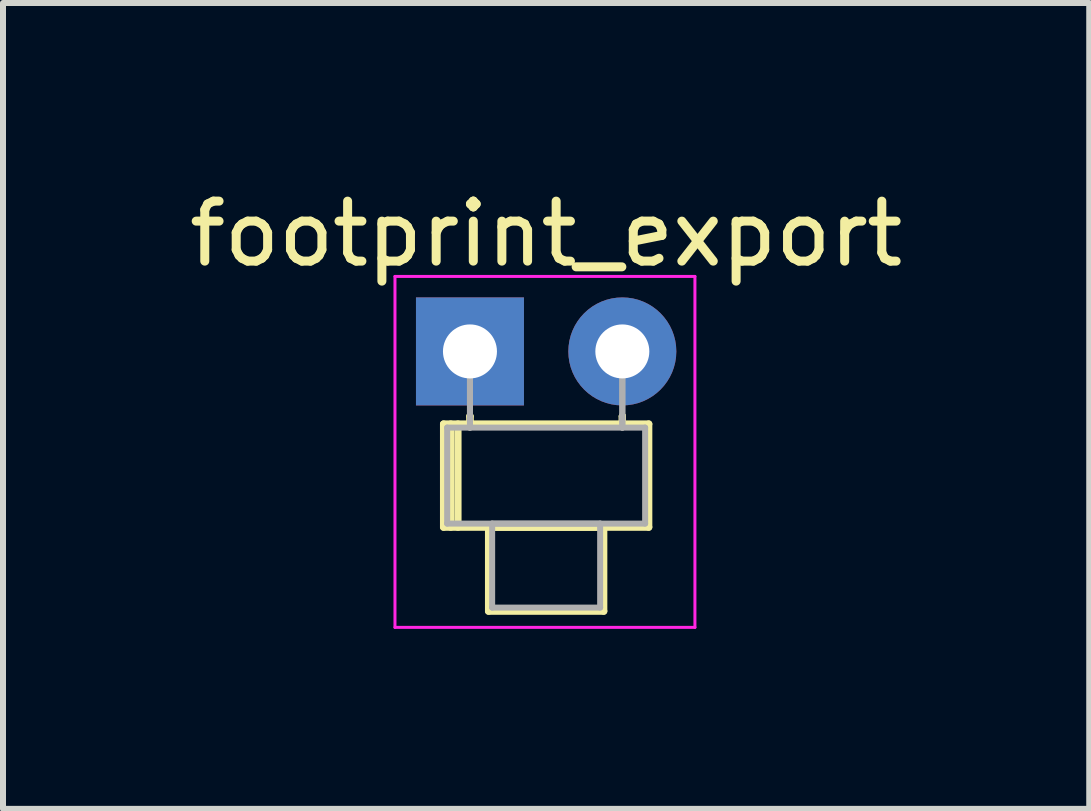
<source format=kicad_pcb>
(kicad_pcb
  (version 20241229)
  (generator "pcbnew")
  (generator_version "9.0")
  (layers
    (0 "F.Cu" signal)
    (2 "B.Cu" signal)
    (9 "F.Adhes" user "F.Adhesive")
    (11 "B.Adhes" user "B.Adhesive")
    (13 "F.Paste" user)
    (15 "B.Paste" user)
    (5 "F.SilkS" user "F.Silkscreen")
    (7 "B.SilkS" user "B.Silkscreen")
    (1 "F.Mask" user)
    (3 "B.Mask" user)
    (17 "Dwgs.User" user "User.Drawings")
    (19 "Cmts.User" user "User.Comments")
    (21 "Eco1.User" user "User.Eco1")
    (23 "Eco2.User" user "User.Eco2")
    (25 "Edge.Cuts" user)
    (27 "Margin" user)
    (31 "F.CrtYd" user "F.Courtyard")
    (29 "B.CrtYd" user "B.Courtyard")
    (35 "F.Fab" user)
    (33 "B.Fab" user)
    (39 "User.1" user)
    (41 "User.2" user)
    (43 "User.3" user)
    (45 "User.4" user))
  (footprint "footprint_export"
    (layer "F.Cu")
    (at 4.784 2.808)
    (property "Reference" "footprint_export" (at 1.27 -1.96 0) (layer "F.SilkS") (effects (font (size 1 1) (thickness 0.15))))
    (attr through_hole)
    (fp_line (start -0.44 1.21) (end -0.44 2.93) (stroke (width 0.12) (type solid)) (layer "F.SilkS"))
    (fp_line (start -0.44 2.93) (end 2.98 2.93) (stroke (width 0.12) (type solid)) (layer "F.SilkS"))
    (fp_line (start -0.32 1.21) (end -0.32 2.93) (stroke (width 0.12) (type solid)) (layer "F.SilkS"))
    (fp_line (start -0.2 1.21) (end -0.2 2.93) (stroke (width 0.12) (type solid)) (layer "F.SilkS"))
    (fp_line (start 0 1.08) (end 0 1.08) (stroke (width 0.12) (type solid)) (layer "F.SilkS"))
    (fp_line (start 0 1.08) (end 0 1.21) (stroke (width 0.12) (type solid)) (layer "F.SilkS"))
    (fp_line (start 0 1.21) (end 0 1.08) (stroke (width 0.12) (type solid)) (layer "F.SilkS"))
    (fp_line (start 0 1.21) (end 0 1.21) (stroke (width 0.12) (type solid)) (layer "F.SilkS"))
    (fp_line (start 0.31 2.93) (end 0.31 4.33) (stroke (width 0.12) (type solid)) (layer "F.SilkS"))
    (fp_line (start 0.31 4.33) (end 2.23 4.33) (stroke (width 0.12) (type solid)) (layer "F.SilkS"))
    (fp_line (start 2.23 2.93) (end 0.31 2.93) (stroke (width 0.12) (type solid)) (layer "F.SilkS"))
    (fp_line (start 2.23 4.33) (end 2.23 2.93) (stroke (width 0.12) (type solid)) (layer "F.SilkS"))
    (fp_line (start 2.54 1.08) (end 2.54 1.08) (stroke (width 0.12) (type solid)) (layer "F.SilkS"))
    (fp_line (start 2.54 1.08) (end 2.54 1.21) (stroke (width 0.12) (type solid)) (layer "F.SilkS"))
    (fp_line (start 2.54 1.21) (end 2.54 1.08) (stroke (width 0.12) (type solid)) (layer "F.SilkS"))
    (fp_line (start 2.54 1.21) (end 2.54 1.21) (stroke (width 0.12) (type solid)) (layer "F.SilkS"))
    (fp_line (start 2.98 1.21) (end -0.44 1.21) (stroke (width 0.12) (type solid)) (layer "F.SilkS"))
    (fp_line (start 2.98 2.93) (end 2.98 1.21) (stroke (width 0.12) (type solid)) (layer "F.SilkS"))
    (fp_line (start -1.25 -1.25) (end -1.25 4.6) (stroke (width 0.05) (type solid)) (layer "F.CrtYd"))
    (fp_line (start -1.25 4.6) (end 3.75 4.6) (stroke (width 0.05) (type solid)) (layer "F.CrtYd"))
    (fp_line (start 3.75 -1.25) (end -1.25 -1.25) (stroke (width 0.05) (type solid)) (layer "F.CrtYd"))
    (fp_line (start 3.75 4.6) (end 3.75 -1.25) (stroke (width 0.05) (type solid)) (layer "F.CrtYd"))
    (fp_line (start -0.38 1.27) (end -0.38 2.87) (stroke (width 0.1) (type solid)) (layer "F.Fab"))
    (fp_line (start -0.38 2.87) (end 2.92 2.87) (stroke (width 0.1) (type solid)) (layer "F.Fab"))
    (fp_line (start 0 0) (end 0 0) (stroke (width 0.1) (type solid)) (layer "F.Fab"))
    (fp_line (start 0 0) (end 0 1.27) (stroke (width 0.1) (type solid)) (layer "F.Fab"))
    (fp_line (start 0 1.27) (end 0 0) (stroke (width 0.1) (type solid)) (layer "F.Fab"))
    (fp_line (start 0 1.27) (end 0 1.27) (stroke (width 0.1) (type solid)) (layer "F.Fab"))
    (fp_line (start 0.37 2.87) (end 0.37 4.27) (stroke (width 0.1) (type solid)) (layer "F.Fab"))
    (fp_line (start 0.37 4.27) (end 2.17 4.27) (stroke (width 0.1) (type solid)) (layer "F.Fab"))
    (fp_line (start 2.17 2.87) (end 0.37 2.87) (stroke (width 0.1) (type solid)) (layer "F.Fab"))
    (fp_line (start 2.17 4.27) (end 2.17 2.87) (stroke (width 0.1) (type solid)) (layer "F.Fab"))
    (fp_line (start 2.54 0) (end 2.54 0) (stroke (width 0.1) (type solid)) (layer "F.Fab"))
    (fp_line (start 2.54 0) (end 2.54 1.27) (stroke (width 0.1) (type solid)) (layer "F.Fab"))
    (fp_line (start 2.54 1.27) (end 2.54 0) (stroke (width 0.1) (type solid)) (layer "F.Fab"))
    (fp_line (start 2.54 1.27) (end 2.54 1.27) (stroke (width 0.1) (type solid)) (layer "F.Fab"))
    (fp_line (start 2.92 1.27) (end -0.38 1.27) (stroke (width 0.1) (type solid)) (layer "F.Fab"))
    (fp_line (start 2.92 2.87) (end 2.92 1.27) (stroke (width 0.1) (type solid)) (layer "F.Fab"))
    (pad "1" thru_hole rect (at 0 0) (size 1.8 1.8) (drill 0.9) (layers "*.Cu" "*.Mask"))
    (pad "2" thru_hole circle (at 2.54 0) (size 1.8 1.8) (drill 0.9) (layers "*.Cu" "*.Mask")))
  (gr_rect
    (start -3 -3)
    (end 15.107 10.433)
    (stroke (width 0.1) (type default))
    (fill no)
    (layer "Edge.Cuts")))
</source>
